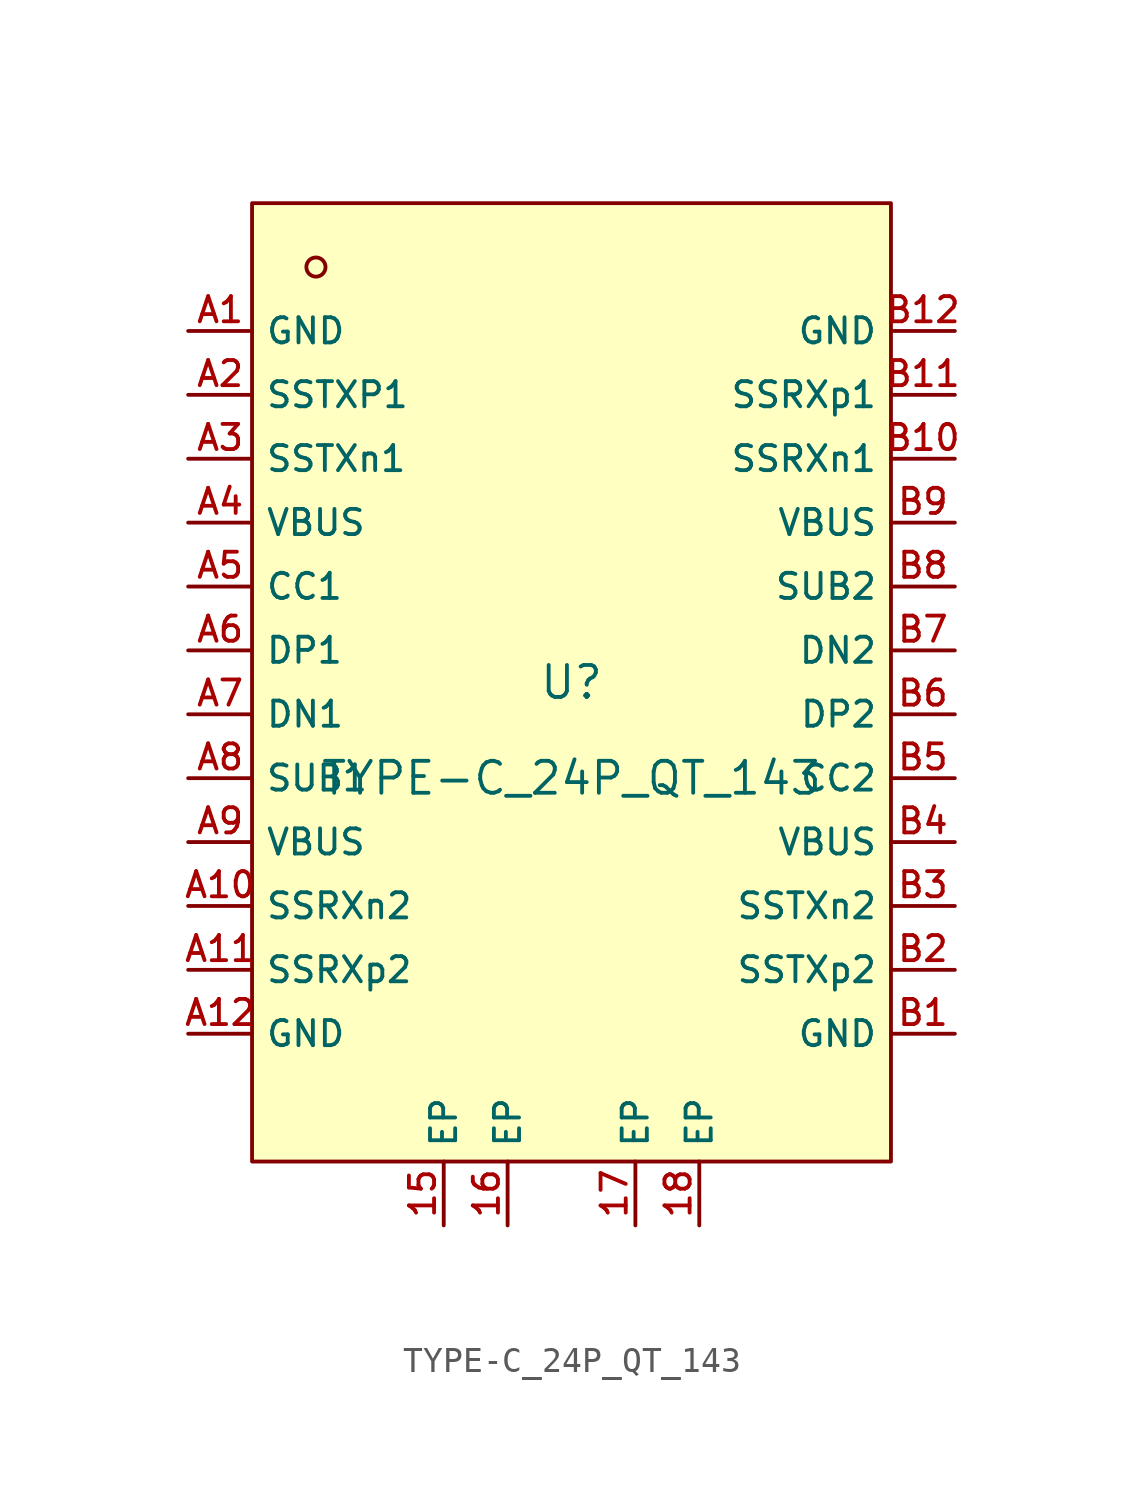
<source format=kicad_sym>
(kicad_symbol_lib
  (version 20210201)
  (generator TousstNicolas/JLC2KiCad_lib)
  (symbol "TYPE-C_24P_QT_143"
    (property "Reference" "U"
      (at 0 1.27 0)
      (effects (font (size 1.27 1.27))))
    (property "Value" "TYPE-C_24P_QT_143"
      (at 0 -2.54 0)
      (effects (font (size 1.27 1.27))))
    (symbol "TYPE-C_24P_QT_143_0_1"
      (pin unspecified line (at 5.08 -20.32 90) (length 2.54) (name "EP" (effects (font (size 1 1)))) (number "18" (effects (font (size 1 1)))))
      (pin unspecified line (at 2.54 -20.32 90) (length 2.54) (name "EP" (effects (font (size 1 1)))) (number "17" (effects (font (size 1 1)))))
      (pin unspecified line (at -2.54 -20.32 90) (length 2.54) (name "EP" (effects (font (size 1 1)))) (number "16" (effects (font (size 1 1)))))
      (pin unspecified line (at -5.08 -20.32 90) (length 2.54) (name "EP" (effects (font (size 1 1)))) (number "15" (effects (font (size 1 1)))))
      (rectangle (start -12.7 20.32) (end 12.7 -17.78) (stroke (width 0) (type default) (color 0 0 0 0)) (fill (type background)))
      (circle (center -10.16 17.78) (radius 0.381) (stroke (width 0) (type default) (color 0 0 0 0)) (fill (type background)))
      (pin unspecified line (at 15.24 -12.7 180) (length 2.54) (name "GND" (effects (font (size 1 1)))) (number "B1" (effects (font (size 1 1)))))
      (pin unspecified line (at 15.24 -10.16 180) (length 2.54) (name "SSTXp2" (effects (font (size 1 1)))) (number "B2" (effects (font (size 1 1)))))
      (pin unspecified line (at 15.24 -7.62 180) (length 2.54) (name "SSTXn2" (effects (font (size 1 1)))) (number "B3" (effects (font (size 1 1)))))
      (pin unspecified line (at 15.24 -5.08 180) (length 2.54) (name "VBUS" (effects (font (size 1 1)))) (number "B4" (effects (font (size 1 1)))))
      (pin unspecified line (at 15.24 -2.54 180) (length 2.54) (name "CC2" (effects (font (size 1 1)))) (number "B5" (effects (font (size 1 1)))))
      (pin unspecified line (at 15.24 -0.0 180) (length 2.54) (name "DP2" (effects (font (size 1 1)))) (number "B6" (effects (font (size 1 1)))))
      (pin unspecified line (at 15.24 2.54 180) (length 2.54) (name "DN2" (effects (font (size 1 1)))) (number "B7" (effects (font (size 1 1)))))
      (pin unspecified line (at 15.24 5.08 180) (length 2.54) (name "SUB2" (effects (font (size 1 1)))) (number "B8" (effects (font (size 1 1)))))
      (pin unspecified line (at 15.24 7.62 180) (length 2.54) (name "VBUS" (effects (font (size 1 1)))) (number "B9" (effects (font (size 1 1)))))
      (pin unspecified line (at 15.24 10.16 180) (length 2.54) (name "SSRXn1" (effects (font (size 1 1)))) (number "B10" (effects (font (size 1 1)))))
      (pin unspecified line (at 15.24 12.7 180) (length 2.54) (name "SSRXp1" (effects (font (size 1 1)))) (number "B11" (effects (font (size 1 1)))))
      (pin unspecified line (at 15.24 15.24 180) (length 2.54) (name "GND" (effects (font (size 1 1)))) (number "B12" (effects (font (size 1 1)))))
      (pin unspecified line (at -15.24 15.24 0) (length 2.54) (name "GND" (effects (font (size 1 1)))) (number "A1" (effects (font (size 1 1)))))
      (pin unspecified line (at -15.24 12.7 0) (length 2.54) (name "SSTXP1" (effects (font (size 1 1)))) (number "A2" (effects (font (size 1 1)))))
      (pin unspecified line (at -15.24 10.16 0) (length 2.54) (name "SSTXn1" (effects (font (size 1 1)))) (number "A3" (effects (font (size 1 1)))))
      (pin unspecified line (at -15.24 7.62 0) (length 2.54) (name "VBUS" (effects (font (size 1 1)))) (number "A4" (effects (font (size 1 1)))))
      (pin unspecified line (at -15.24 5.08 0) (length 2.54) (name "CC1" (effects (font (size 1 1)))) (number "A5" (effects (font (size 1 1)))))
      (pin unspecified line (at -15.24 2.54 0) (length 2.54) (name "DP1" (effects (font (size 1 1)))) (number "A6" (effects (font (size 1 1)))))
      (pin unspecified line (at -15.24 -0.0 0) (length 2.54) (name "DN1" (effects (font (size 1 1)))) (number "A7" (effects (font (size 1 1)))))
      (pin unspecified line (at -15.24 -2.54 0) (length 2.54) (name "SUB1" (effects (font (size 1 1)))) (number "A8" (effects (font (size 1 1)))))
      (pin unspecified line (at -15.24 -5.08 0) (length 2.54) (name "VBUS" (effects (font (size 1 1)))) (number "A9" (effects (font (size 1 1)))))
      (pin unspecified line (at -15.24 -7.62 0) (length 2.54) (name "SSRXn2" (effects (font (size 1 1)))) (number "A10" (effects (font (size 1 1)))))
      (pin unspecified line (at -15.24 -10.16 0) (length 2.54) (name "SSRXp2" (effects (font (size 1 1)))) (number "A11" (effects (font (size 1 1)))))
      (pin unspecified line (at -15.24 -12.7 0) (length 2.54) (name "GND" (effects (font (size 1 1)))) (number "A12" (effects (font (size 1 1))))))))
</source>
